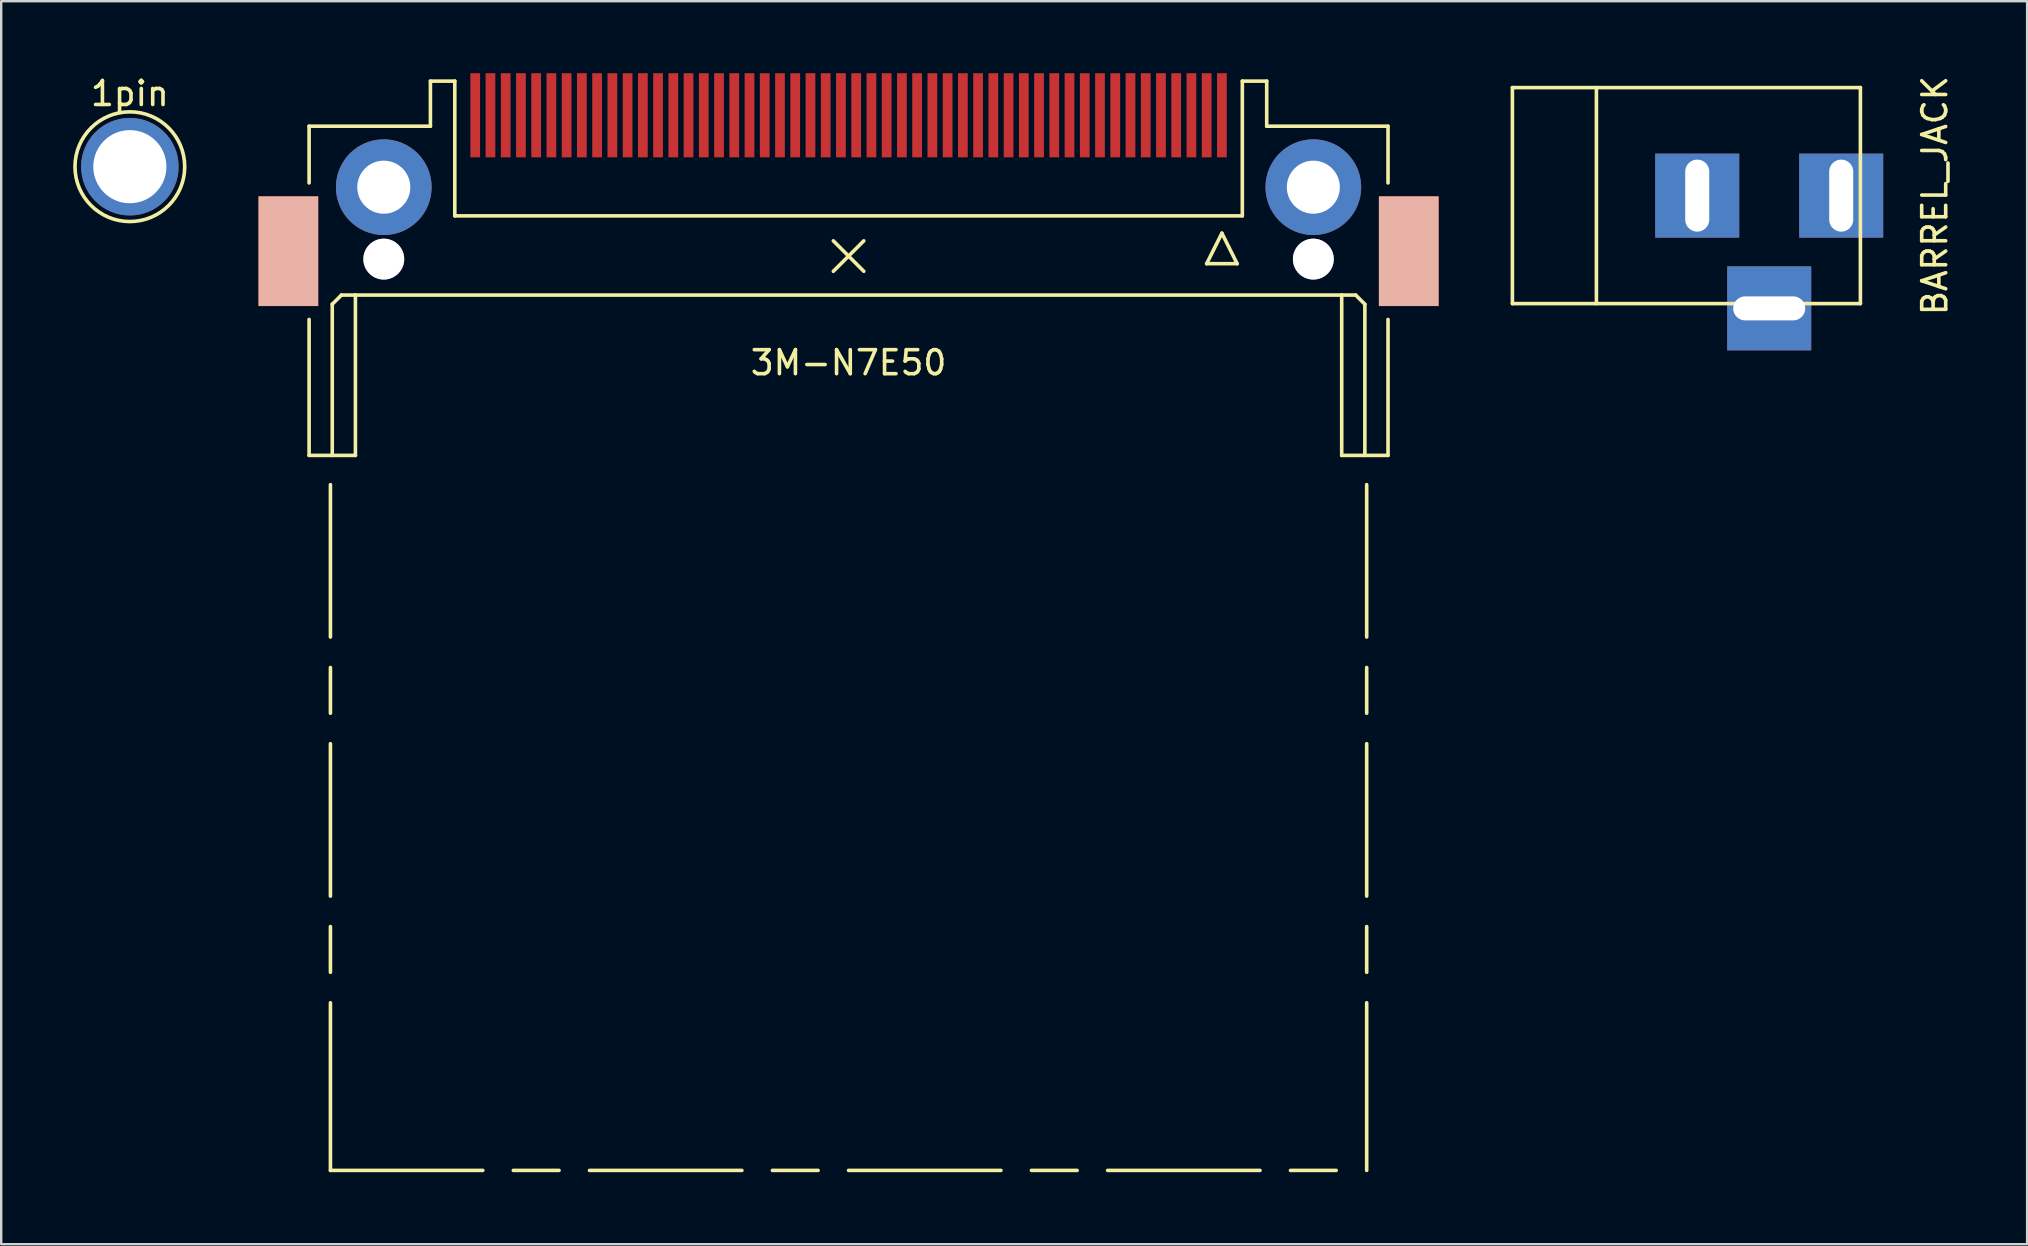
<source format=kicad_pcb>
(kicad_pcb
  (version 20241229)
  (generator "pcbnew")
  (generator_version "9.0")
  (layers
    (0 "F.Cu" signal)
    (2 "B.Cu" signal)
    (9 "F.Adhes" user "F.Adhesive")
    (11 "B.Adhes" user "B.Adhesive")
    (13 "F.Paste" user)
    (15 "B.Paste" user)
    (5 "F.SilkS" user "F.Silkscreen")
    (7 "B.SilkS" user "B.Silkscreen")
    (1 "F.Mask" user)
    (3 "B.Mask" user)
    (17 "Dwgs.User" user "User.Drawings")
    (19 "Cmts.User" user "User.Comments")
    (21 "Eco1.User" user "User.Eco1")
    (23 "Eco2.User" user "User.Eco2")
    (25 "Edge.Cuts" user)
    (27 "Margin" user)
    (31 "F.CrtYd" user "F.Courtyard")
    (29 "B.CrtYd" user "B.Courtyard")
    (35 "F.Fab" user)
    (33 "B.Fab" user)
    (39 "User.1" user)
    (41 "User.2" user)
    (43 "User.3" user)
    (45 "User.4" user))
  (footprint "BARREL_JACK"
    (layer "F.Cu")
    (at 67.472 5.101)
    (property "Reference" "BARREL_JACK" (at 10.099 0 90) (layer "F.SilkS") (effects (font (size 1 1) (thickness 0.15))))
    (attr through_hole)
    (fp_line (start -7.501 -4.501) (end -7.501 4.501) (stroke (width 0.15) (type solid)) (layer "F.SilkS"))
    (fp_line (start -7.501 4.501) (end 7 4.501) (stroke (width 0.15) (type solid)) (layer "F.SilkS"))
    (fp_line (start -4 -4.501) (end -4 4.501) (stroke (width 0.15) (type solid)) (layer "F.SilkS"))
    (fp_line (start 7 -4.501) (end -7.501 -4.501) (stroke (width 0.15) (type solid)) (layer "F.SilkS"))
    (fp_line (start 7 4.501) (end 7 -4.501) (stroke (width 0.15) (type solid)) (layer "F.SilkS"))
    (pad "1" thru_hole rect (at 6.2 0) (size 3.5 3.5) (drill oval 1.001 3) (layers "*.Cu" "*.Mask"))
    (pad "2" thru_hole rect (at 0.201 0) (size 3.5 3.5) (drill oval 1.001 3) (layers "*.Cu" "*.Mask"))
    (pad "3" thru_hole rect (at 3.2 4.699) (size 3.5 3.5) (drill oval 3 1.001) (layers "*.Cu" "*.Mask")))
  (footprint "3M-N7E50"
    (layer "F.Cu")
    (at 32.309 7.62)
    (property "Reference" "3M-N7E50" (at 0 4.445 0) (layer "F.SilkS") (effects (font (size 1 1) (thickness 0.15))))
    (attr through_hole)
    (fp_line (start -22.479 -5.41) (end -17.424 -5.41) (stroke (width 0.15) (type solid)) (layer "F.SilkS"))
    (fp_line (start -22.479 -3.048) (end -22.479 -5.41) (stroke (width 0.15) (type solid)) (layer "F.SilkS"))
    (fp_line (start -22.479 2.642) (end -22.479 8.306) (stroke (width 0.15) (type solid)) (layer "F.SilkS"))
    (fp_line (start -22.479 8.306) (end -20.549 8.306) (stroke (width 0.15) (type solid)) (layer "F.SilkS"))
    (fp_line (start -21.59 9.525) (end -21.59 15.875) (stroke (width 0.15) (type solid)) (layer "F.SilkS"))
    (fp_line (start -21.59 17.145) (end -21.59 19.05) (stroke (width 0.15) (type solid)) (layer "F.SilkS"))
    (fp_line (start -21.59 20.32) (end -21.59 26.67) (stroke (width 0.15) (type solid)) (layer "F.SilkS"))
    (fp_line (start -21.59 27.94) (end -21.59 29.845) (stroke (width 0.15) (type solid)) (layer "F.SilkS"))
    (fp_line (start -21.59 31.115) (end -21.59 38.1) (stroke (width 0.15) (type solid)) (layer "F.SilkS"))
    (fp_line (start -21.59 38.1) (end -15.24 38.1) (stroke (width 0.15) (type solid)) (layer "F.SilkS"))
    (fp_line (start -21.514 2.007) (end -21.133 1.626) (stroke (width 0.15) (type solid)) (layer "F.SilkS"))
    (fp_line (start -21.514 8.306) (end -21.514 2.007) (stroke (width 0.15) (type solid)) (layer "F.SilkS"))
    (fp_line (start -21.133 1.626) (end -20.549 1.626) (stroke (width 0.15) (type solid)) (layer "F.SilkS"))
    (fp_line (start -20.549 1.626) (end 20.549 1.626) (stroke (width 0.15) (type solid)) (layer "F.SilkS"))
    (fp_line (start -20.549 8.306) (end -20.549 1.626) (stroke (width 0.15) (type solid)) (layer "F.SilkS"))
    (fp_line (start -17.424 -7.29) (end -16.408 -7.29) (stroke (width 0.15) (type solid)) (layer "F.SilkS"))
    (fp_line (start -17.424 -5.41) (end -17.424 -7.29) (stroke (width 0.15) (type solid)) (layer "F.SilkS"))
    (fp_line (start -16.408 -7.29) (end -16.408 -1.676) (stroke (width 0.15) (type solid)) (layer "F.SilkS"))
    (fp_line (start -16.408 -1.676) (end 16.408 -1.676) (stroke (width 0.15) (type solid)) (layer "F.SilkS"))
    (fp_line (start -13.97 38.1) (end -12.065 38.1) (stroke (width 0.15) (type solid)) (layer "F.SilkS"))
    (fp_line (start -10.795 38.1) (end -4.445 38.1) (stroke (width 0.15) (type solid)) (layer "F.SilkS"))
    (fp_line (start -3.175 38.1) (end -1.27 38.1) (stroke (width 0.15) (type solid)) (layer "F.SilkS"))
    (fp_line (start -0.635 -0.635) (end 0.635 0.635) (stroke (width 0.15) (type solid)) (layer "F.SilkS"))
    (fp_line (start 0 38.1) (end 6.35 38.1) (stroke (width 0.15) (type solid)) (layer "F.SilkS"))
    (fp_line (start 0.635 -0.635) (end -0.635 0.635) (stroke (width 0.15) (type solid)) (layer "F.SilkS"))
    (fp_line (start 7.62 38.1) (end 9.525 38.1) (stroke (width 0.15) (type solid)) (layer "F.SilkS"))
    (fp_line (start 10.795 38.1) (end 17.145 38.1) (stroke (width 0.15) (type solid)) (layer "F.SilkS"))
    (fp_line (start 14.922 0.318) (end 16.192 0.318) (stroke (width 0.15) (type solid)) (layer "F.SilkS"))
    (fp_line (start 15.557 -0.953) (end 14.922 0.318) (stroke (width 0.15) (type solid)) (layer "F.SilkS"))
    (fp_line (start 16.192 0.318) (end 15.557 -0.953) (stroke (width 0.15) (type solid)) (layer "F.SilkS"))
    (fp_line (start 16.408 -7.29) (end 17.424 -7.29) (stroke (width 0.15) (type solid)) (layer "F.SilkS"))
    (fp_line (start 16.408 -1.676) (end 16.408 -7.29) (stroke (width 0.15) (type solid)) (layer "F.SilkS"))
    (fp_line (start 17.424 -7.29) (end 17.424 -5.41) (stroke (width 0.15) (type solid)) (layer "F.SilkS"))
    (fp_line (start 17.424 -5.41) (end 22.479 -5.41) (stroke (width 0.15) (type solid)) (layer "F.SilkS"))
    (fp_line (start 18.415 38.1) (end 20.32 38.1) (stroke (width 0.15) (type solid)) (layer "F.SilkS"))
    (fp_line (start 20.549 1.626) (end 20.549 8.306) (stroke (width 0.15) (type solid)) (layer "F.SilkS"))
    (fp_line (start 20.549 8.306) (end 22.479 8.306) (stroke (width 0.15) (type solid)) (layer "F.SilkS"))
    (fp_line (start 21.133 1.626) (end 20.549 1.626) (stroke (width 0.15) (type solid)) (layer "F.SilkS"))
    (fp_line (start 21.514 2.007) (end 21.133 1.626) (stroke (width 0.15) (type solid)) (layer "F.SilkS"))
    (fp_line (start 21.514 8.306) (end 21.514 2.007) (stroke (width 0.15) (type solid)) (layer "F.SilkS"))
    (fp_line (start 21.59 9.525) (end 21.59 15.875) (stroke (width 0.15) (type solid)) (layer "F.SilkS"))
    (fp_line (start 21.59 17.145) (end 21.59 19.05) (stroke (width 0.15) (type solid)) (layer "F.SilkS"))
    (fp_line (start 21.59 20.32) (end 21.59 26.67) (stroke (width 0.15) (type solid)) (layer "F.SilkS"))
    (fp_line (start 21.59 27.94) (end 21.59 29.845) (stroke (width 0.15) (type solid)) (layer "F.SilkS"))
    (fp_line (start 21.59 31.115) (end 21.59 38.1) (stroke (width 0.15) (type solid)) (layer "F.SilkS"))
    (fp_line (start 22.479 -5.41) (end 22.479 -3.048) (stroke (width 0.15) (type solid)) (layer "F.SilkS"))
    (fp_line (start 22.479 8.306) (end 22.479 2.642) (stroke (width 0.15) (type solid)) (layer "F.SilkS"))
    (pad "" smd rect (at -23.343 -0.203) (size 2.489 4.572) (layers "F.Cu" "F.Mask" "B.SilkS" "F.Paste"))
    (pad "" thru_hole circle (at -19.367 -2.87) (size 3.988 3.988) (drill 2.21) (layers "*.Cu" "*.Mask"))
    (pad "" thru_hole circle (at -19.367 0.127) (size 1.702 1.702) (drill 1.702) (layers "*.Cu" "*.Mask"))
    (pad "" thru_hole circle (at 19.367 -2.87) (size 3.988 3.988) (drill 2.21) (layers "*.Cu" "*.Mask"))
    (pad "" thru_hole circle (at 19.367 0.127) (size 1.702 1.702) (drill 1.702) (layers "*.Cu" "*.Mask"))
    (pad "" smd rect (at 23.343 -0.203) (size 2.489 4.572) (layers "F.Cu" "F.Mask" "B.SilkS" "F.Paste"))
    (pad "1" smd rect (at 15.557 -5.867) (size 0.406 3.505) (layers "F.Cu" "F.Mask" "F.Paste"))
    (pad "2" smd rect (at 14.287 -5.867) (size 0.406 3.505) (layers "F.Cu" "F.Mask" "F.Paste"))
    (pad "3" smd rect (at 13.018 -5.867) (size 0.406 3.505) (layers "F.Cu" "F.Mask" "F.Paste"))
    (pad "4" smd rect (at 11.748 -5.867) (size 0.406 3.505) (layers "F.Cu" "F.Mask" "F.Paste"))
    (pad "5" smd rect (at 10.477 -5.867) (size 0.406 3.505) (layers "F.Cu" "F.Mask" "F.Paste"))
    (pad "6" smd rect (at 9.207 -5.867) (size 0.406 3.505) (layers "F.Cu" "F.Mask" "F.Paste"))
    (pad "7" smd rect (at 7.938 -5.867) (size 0.406 3.505) (layers "F.Cu" "F.Mask" "F.Paste"))
    (pad "8" smd rect (at 6.668 -5.867) (size 0.406 3.505) (layers "F.Cu" "F.Mask" "F.Paste"))
    (pad "9" smd rect (at 5.397 -5.867) (size 0.406 3.505) (layers "F.Cu" "F.Mask" "F.Paste"))
    (pad "10" smd rect (at 4.128 -5.867) (size 0.406 3.505) (layers "F.Cu" "F.Mask" "F.Paste"))
    (pad "11" smd rect (at 2.857 -5.867) (size 0.406 3.505) (layers "F.Cu" "F.Mask" "F.Paste"))
    (pad "12" smd rect (at 1.587 -5.867) (size 0.406 3.505) (layers "F.Cu" "F.Mask" "F.Paste"))
    (pad "13" smd rect (at 0.318 -5.867) (size 0.406 3.505) (layers "F.Cu" "F.Mask" "F.Paste"))
    (pad "14" smd rect (at -0.953 -5.867) (size 0.406 3.505) (layers "F.Cu" "F.Mask" "F.Paste"))
    (pad "15" smd rect (at -2.223 -5.867) (size 0.406 3.505) (layers "F.Cu" "F.Mask" "F.Paste"))
    (pad "16" smd rect (at -3.493 -5.867) (size 0.406 3.505) (layers "F.Cu" "F.Mask" "F.Paste"))
    (pad "17" smd rect (at -4.763 -5.867) (size 0.406 3.505) (layers "F.Cu" "F.Mask" "F.Paste"))
    (pad "18" smd rect (at -6.032 -5.867) (size 0.406 3.505) (layers "F.Cu" "F.Mask" "F.Paste"))
    (pad "19" smd rect (at -7.303 -5.867) (size 0.406 3.505) (layers "F.Cu" "F.Mask" "F.Paste"))
    (pad "20" smd rect (at -8.572 -5.867) (size 0.406 3.505) (layers "F.Cu" "F.Mask" "F.Paste"))
    (pad "21" smd rect (at -9.842 -5.867) (size 0.406 3.505) (layers "F.Cu" "F.Mask" "F.Paste"))
    (pad "22" smd rect (at -11.113 -5.867) (size 0.406 3.505) (layers "F.Cu" "F.Mask" "F.Paste"))
    (pad "23" smd rect (at -12.383 -5.867) (size 0.406 3.505) (layers "F.Cu" "F.Mask" "F.Paste"))
    (pad "24" smd rect (at -13.652 -5.867) (size 0.406 3.505) (layers "F.Cu" "F.Mask" "F.Paste"))
    (pad "25" smd rect (at -14.922 -5.867) (size 0.406 3.505) (layers "F.Cu" "F.Mask" "F.Paste"))
    (pad "26" smd rect (at 14.922 -5.867) (size 0.406 3.505) (layers "F.Cu" "F.Mask" "F.Paste"))
    (pad "27" smd rect (at 13.652 -5.867) (size 0.406 3.505) (layers "F.Cu" "F.Mask" "F.Paste"))
    (pad "28" smd rect (at 12.383 -5.867) (size 0.406 3.505) (layers "F.Cu" "F.Mask" "F.Paste"))
    (pad "29" smd rect (at 11.113 -5.867) (size 0.406 3.505) (layers "F.Cu" "F.Mask" "F.Paste"))
    (pad "30" smd rect (at 9.842 -5.867) (size 0.406 3.505) (layers "F.Cu" "F.Mask" "F.Paste"))
    (pad "31" smd rect (at 8.572 -5.867) (size 0.406 3.505) (layers "F.Cu" "F.Mask" "F.Paste"))
    (pad "32" smd rect (at 7.303 -5.867) (size 0.406 3.505) (layers "F.Cu" "F.Mask" "F.Paste"))
    (pad "33" smd rect (at 6.032 -5.867) (size 0.406 3.505) (layers "F.Cu" "F.Mask" "F.Paste"))
    (pad "34" smd rect (at 4.763 -5.867) (size 0.406 3.505) (layers "F.Cu" "F.Mask" "F.Paste"))
    (pad "35" smd rect (at 3.493 -5.867) (size 0.406 3.505) (layers "F.Cu" "F.Mask" "F.Paste"))
    (pad "36" smd rect (at 2.223 -5.867) (size 0.406 3.505) (layers "F.Cu" "F.Mask" "F.Paste"))
    (pad "37" smd rect (at 0.953 -5.867) (size 0.406 3.505) (layers "F.Cu" "F.Mask" "F.Paste"))
    (pad "38" smd rect (at -0.318 -5.867) (size 0.406 3.505) (layers "F.Cu" "F.Mask" "F.Paste"))
    (pad "39" smd rect (at -1.587 -5.867) (size 0.406 3.505) (layers "F.Cu" "F.Mask" "F.Paste"))
    (pad "40" smd rect (at -2.857 -5.867) (size 0.406 3.505) (layers "F.Cu" "F.Mask" "F.Paste"))
    (pad "41" smd rect (at -4.128 -5.867) (size 0.406 3.505) (layers "F.Cu" "F.Mask" "F.Paste"))
    (pad "42" smd rect (at -5.397 -5.867) (size 0.406 3.505) (layers "F.Cu" "F.Mask" "F.Paste"))
    (pad "43" smd rect (at -6.668 -5.867) (size 0.406 3.505) (layers "F.Cu" "F.Mask" "F.Paste"))
    (pad "44" smd rect (at -7.938 -5.867) (size 0.406 3.505) (layers "F.Cu" "F.Mask" "F.Paste"))
    (pad "45" smd rect (at -9.207 -5.867) (size 0.406 3.505) (layers "F.Cu" "F.Mask" "F.Paste"))
    (pad "46" smd rect (at -10.477 -5.867) (size 0.406 3.505) (layers "F.Cu" "F.Mask" "F.Paste"))
    (pad "47" smd rect (at -11.748 -5.867) (size 0.406 3.505) (layers "F.Cu" "F.Mask" "F.Paste"))
    (pad "48" smd rect (at -13.018 -5.867) (size 0.406 3.505) (layers "F.Cu" "F.Mask" "F.Paste"))
    (pad "49" smd rect (at -14.287 -5.867) (size 0.406 3.505) (layers "F.Cu" "F.Mask" "F.Paste"))
    (pad "50" smd rect (at -15.557 -5.867) (size 0.406 3.505) (layers "F.Cu" "F.Mask" "F.Paste")))
  (footprint "1pin"
    (layer "F.Cu")
    (at 2.361 3.896)
    (property "Reference" "1pin" (at 0 -3.048 0) (layer "F.SilkS") (effects (font (size 1 1) (thickness 0.15))))
    (attr through_hole)
    (fp_circle (center 0 0) (end 0 -2.286) (stroke (width 0.15) (type solid)) (fill no) (layer "F.SilkS"))
    (pad "1" thru_hole circle (at 0 0) (size 4.064 4.064) (drill 3.048) (layers "*.Cu" "*.Mask")))
  (gr_rect
    (start -3 -3)
    (end 81.419 48.795)
    (stroke (width 0.1) (type default))
    (fill no)
    (layer "Edge.Cuts")))
</source>
